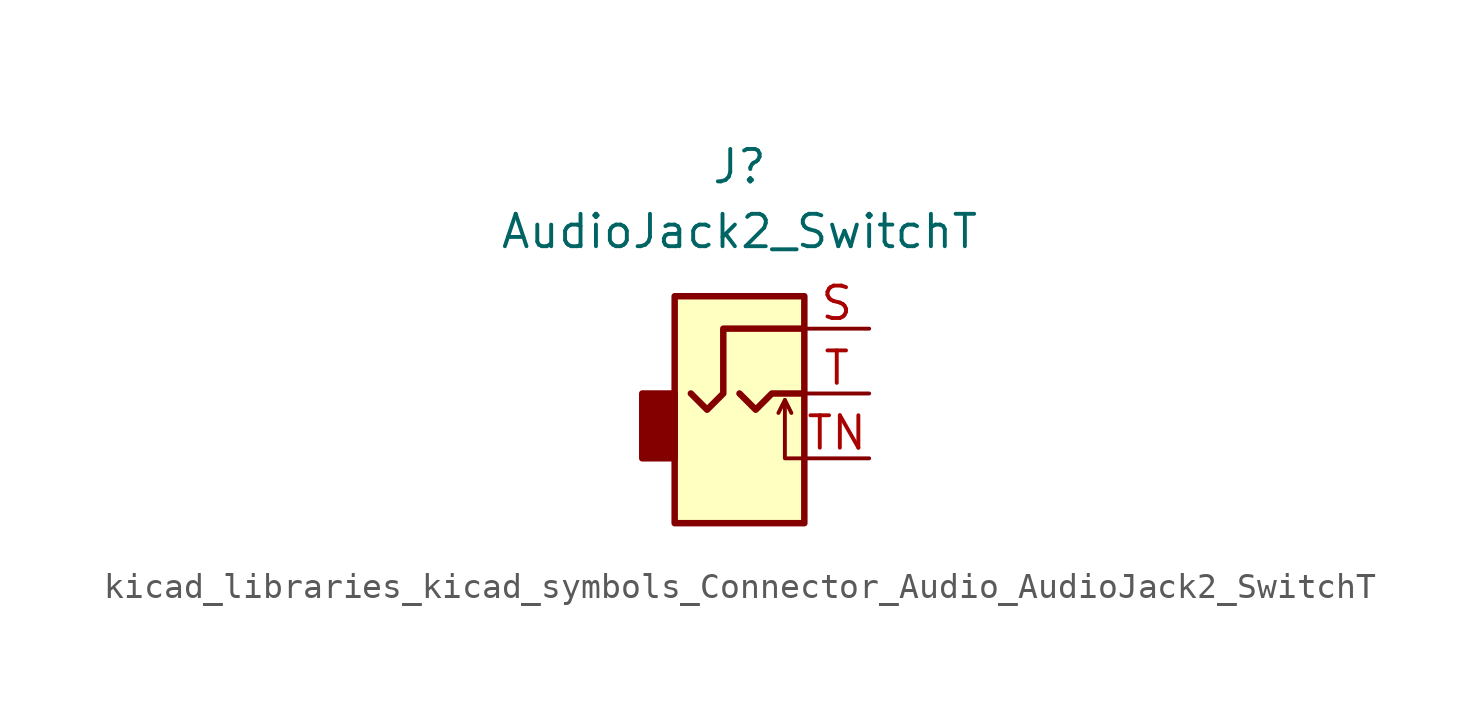
<source format=kicad_sym>
(kicad_symbol_lib
  (version 20220914)
  (generator kicad_symbol_editor)
  (symbol "kicad_libraries_kicad_symbols_Connector_Audio_AudioJack2_SwitchT"
    (property "Reference" "J"
      (at 0 8.89 0)
      (effects (font (size 1.27 1.27))))
    (property "Value" "AudioJack2_SwitchT"
      (at 0 6.35 0)
      (effects (font (size 1.27 1.27))))
    (symbol "kicad_libraries_kicad_symbols_Connector_Audio_AudioJack2_SwitchT_0_1"
      (rectangle (start -2.54 0) (end -3.81 -2.54) (stroke (width 0.254) (type default)) (fill (type outline)))
      (polyline (pts (xy 1.778 -0.254) (xy 2.032 -0.762)) (stroke (width 0) (type default)) (fill (type none)))
      (polyline (pts (xy 0 0) (xy 0.635 -0.635) (xy 1.27 0) (xy 2.54 0)) (stroke (width 0.254) (type default)) (fill (type none)))
      (polyline (pts (xy 2.54 -2.54) (xy 1.778 -2.54) (xy 1.778 -0.254) (xy 1.524 -0.762)) (stroke (width 0) (type default)) (fill (type none)))
      (polyline (pts (xy 2.54 2.54) (xy -0.635 2.54) (xy -0.635 0) (xy -1.27 -0.635) (xy -1.905 0)) (stroke (width 0.254) (type default)) (fill (type none)))
      (rectangle (start 2.54 3.81) (end -2.54 -5.08) (stroke (width 0.254) (type default)) (fill (type background))))
    (symbol "kicad_libraries_kicad_symbols_Connector_Audio_AudioJack2_SwitchT_1_1"
      (pin passive line (at 5.08 2.54 180) (length 2.54) (name "~" (effects (font (size 1.27 1.27)))) (number "S" (effects (font (size 1.27 1.27)))))
      (pin passive line (at 5.08 0 180) (length 2.54) (name "~" (effects (font (size 1.27 1.27)))) (number "T" (effects (font (size 1.27 1.27)))))
      (pin passive line (at 5.08 -2.54 180) (length 2.54) (name "~" (effects (font (size 1.27 1.27)))) (number "TN" (effects (font (size 1.27 1.27))))))))
</source>
